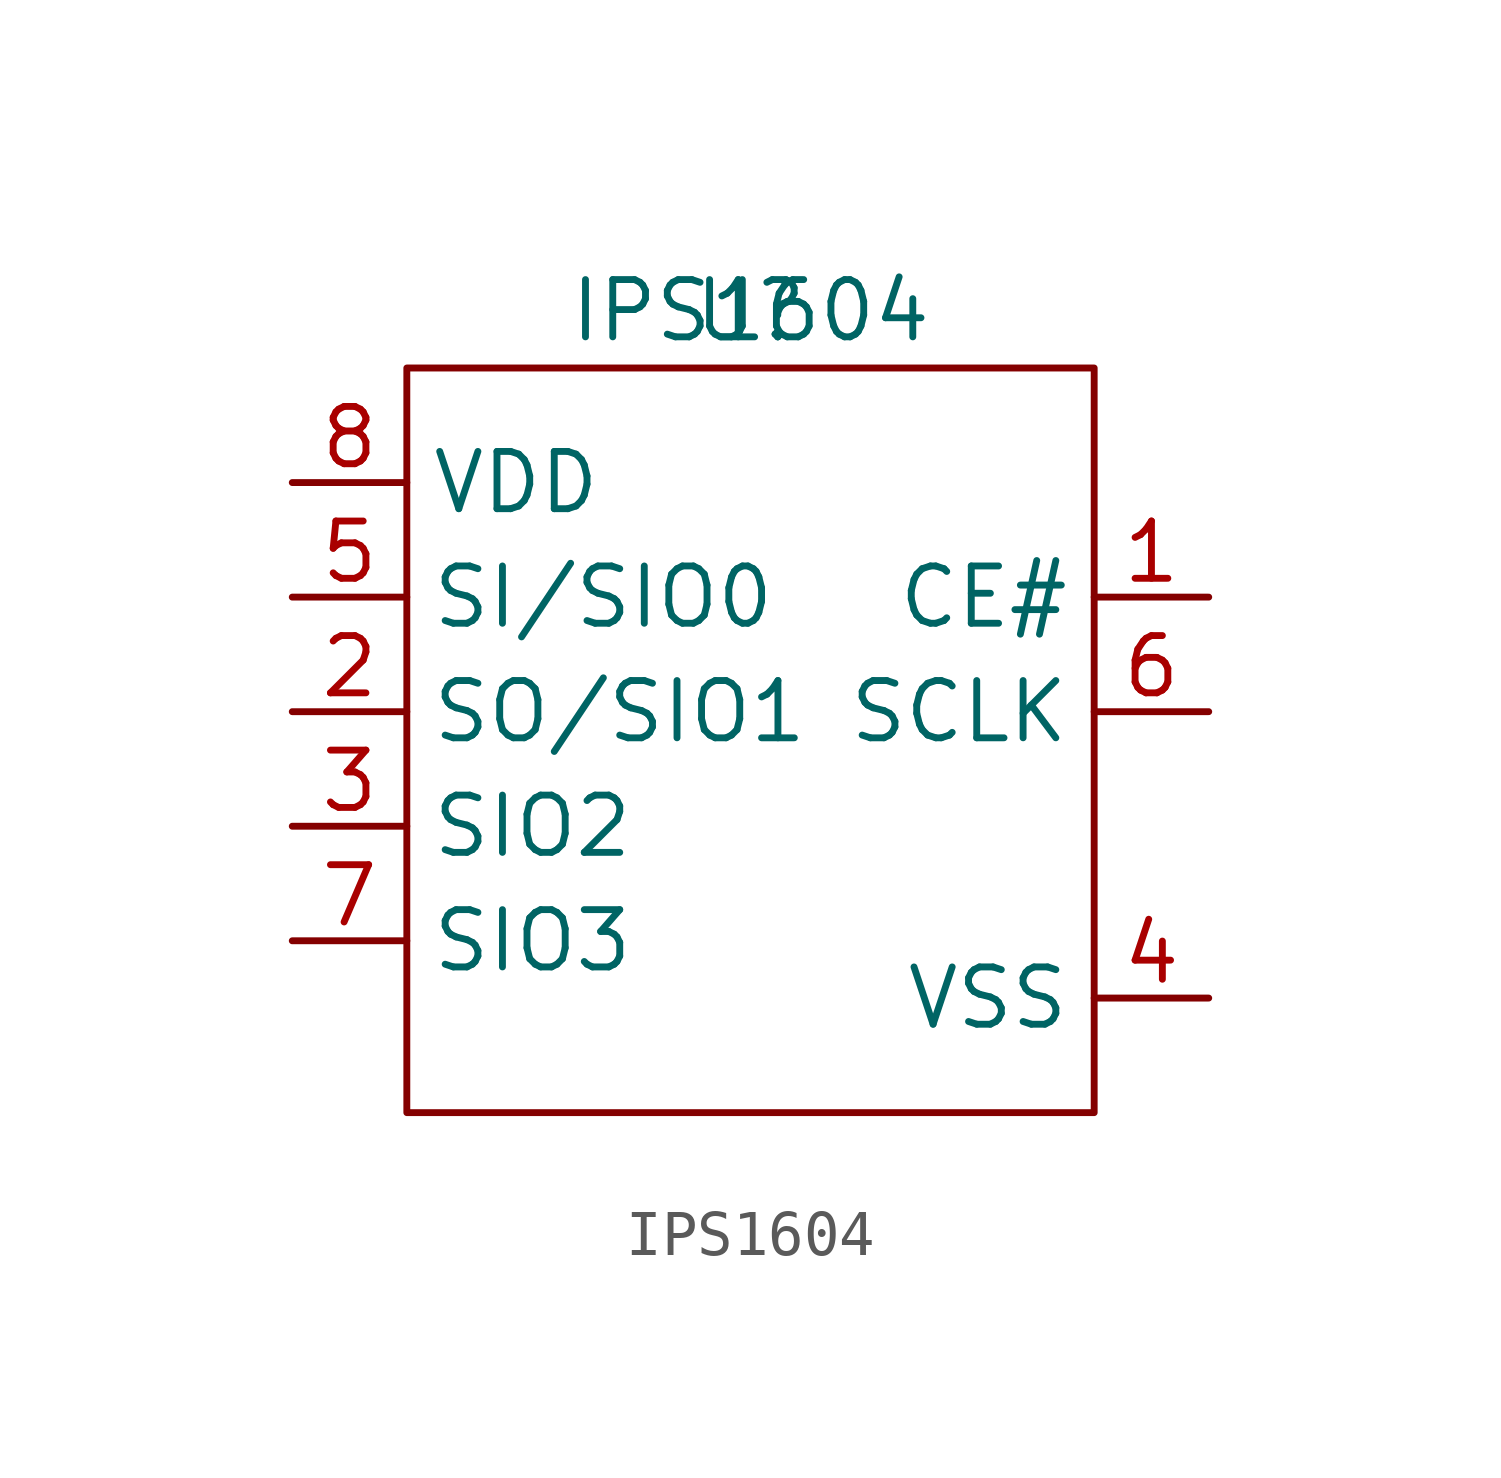
<source format=kicad_sym>
(kicad_symbol_lib
  (version 20220914)
  (generator kicad_symbol_editor)
  (symbol "IPS1604"
    (property "Reference" "U"
      (at 0 0 0)
      (effects (font (size 1.27 1.27))))
    (property "Value" "IPS1604"
      (at 0 0 0)
      (effects (font (size 1.27 1.27))))
    (symbol "IPS1604_0_1"
      (rectangle (start -7.62 -1.27) (end 7.62 -17.78) (stroke (width 0) (type default)) (fill (type none))))
    (symbol "IPS1604_1_1"
      (pin input line (at 10.16 -6.35 180) (length 2.54) (name "CE#" (effects (font (size 1.27 1.27)))) (number "1" (effects (font (size 1.27 1.27)))))
      (pin bidirectional line (at -10.16 -8.89 0) (length 2.54) (name "SO/SIO1" (effects (font (size 1.27 1.27)))) (number "2" (effects (font (size 1.27 1.27)))))
      (pin bidirectional line (at -10.16 -11.43 0) (length 2.54) (name "SIO2" (effects (font (size 1.27 1.27)))) (number "3" (effects (font (size 1.27 1.27)))))
      (pin power_in line (at 10.16 -15.24 180) (length 2.54) (name "VSS" (effects (font (size 1.27 1.27)))) (number "4" (effects (font (size 1.27 1.27)))))
      (pin bidirectional line (at -10.16 -6.35 0) (length 2.54) (name "SI/SIO0" (effects (font (size 1.27 1.27)))) (number "5" (effects (font (size 1.27 1.27)))))
      (pin input line (at 10.16 -8.89 180) (length 2.54) (name "SCLK" (effects (font (size 1.27 1.27)))) (number "6" (effects (font (size 1.27 1.27)))))
      (pin bidirectional line (at -10.16 -13.97 0) (length 2.54) (name "SIO3" (effects (font (size 1.27 1.27)))) (number "7" (effects (font (size 1.27 1.27)))))
      (pin power_in line (at -10.16 -3.81 0) (length 2.54) (name "VDD" (effects (font (size 1.27 1.27)))) (number "8" (effects (font (size 1.27 1.27))))))))
</source>
